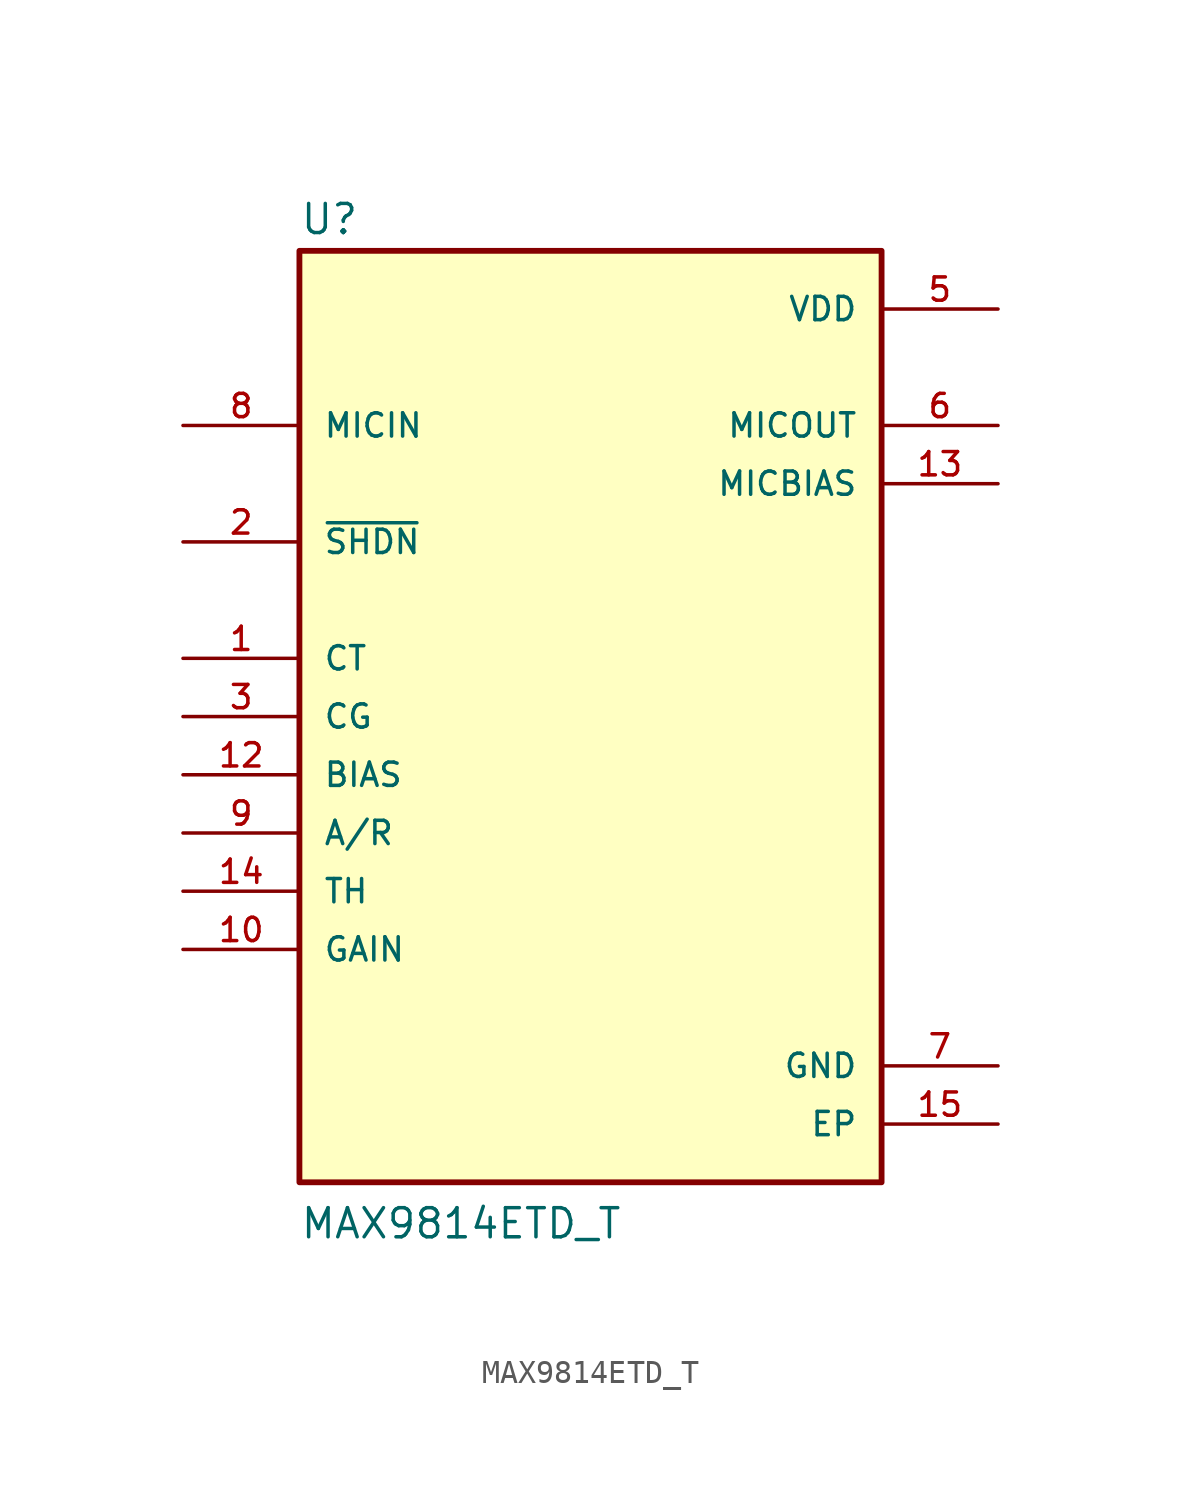
<source format=kicad_sym>
(kicad_symbol_lib
  (version 20211014)
  (generator kicad_symbol_editor)
  (symbol "MAX9814ETD_T"
    (pin_names
      (offset 1.016))
    (property "Reference" "U"
      (at -12.7 20.955 0)
      (effects (font (size 1.27 1.27)) (justify bottom left)))
    (property "Value" "MAX9814ETD_T"
      (at -12.7 -22.86 0)
      (effects (font (size 1.27 1.27)) (justify bottom left)))
    (symbol "MAX9814ETD_T_0_0"
      (rectangle (start -12.7 -20.32) (end 12.7 20.32) (stroke (width 0.254)) (fill (type background)))
      (pin passive line (at -17.78 2.54 0) (length 5.08) (name "CT" (effects (font (size 1.016 1.016)))) (number "1" (effects (font (size 1.016 1.016)))))
      (pin input line (at -17.78 7.62 0) (length 5.08) (name "~{SHDN}" (effects (font (size 1.016 1.016)))) (number "2" (effects (font (size 1.016 1.016)))))
      (pin passive line (at -17.78 0.0 0) (length 5.08) (name "CG" (effects (font (size 1.016 1.016)))) (number "3" (effects (font (size 1.016 1.016)))))
      (pin power_in line (at 17.78 17.78 180.0) (length 5.08) (name "VDD" (effects (font (size 1.016 1.016)))) (number "5" (effects (font (size 1.016 1.016)))))
      (pin output line (at 17.78 12.7 180.0) (length 5.08) (name "MICOUT" (effects (font (size 1.016 1.016)))) (number "6" (effects (font (size 1.016 1.016)))))
      (pin power_in line (at 17.78 -15.24 180.0) (length 5.08) (name "GND" (effects (font (size 1.016 1.016)))) (number "7" (effects (font (size 1.016 1.016)))))
      (pin input line (at -17.78 12.7 0) (length 5.08) (name "MICIN" (effects (font (size 1.016 1.016)))) (number "8" (effects (font (size 1.016 1.016)))))
      (pin passive line (at -17.78 -5.08 0) (length 5.08) (name "A/R" (effects (font (size 1.016 1.016)))) (number "9" (effects (font (size 1.016 1.016)))))
      (pin passive line (at -17.78 -10.16 0) (length 5.08) (name "GAIN" (effects (font (size 1.016 1.016)))) (number "10" (effects (font (size 1.016 1.016)))))
      (pin passive line (at -17.78 -2.54 0) (length 5.08) (name "BIAS" (effects (font (size 1.016 1.016)))) (number "12" (effects (font (size 1.016 1.016)))))
      (pin output line (at 17.78 10.16 180.0) (length 5.08) (name "MICBIAS" (effects (font (size 1.016 1.016)))) (number "13" (effects (font (size 1.016 1.016)))))
      (pin passive line (at -17.78 -7.62 0) (length 5.08) (name "TH" (effects (font (size 1.016 1.016)))) (number "14" (effects (font (size 1.016 1.016)))))
      (pin power_in line (at 17.78 -17.78 180.0) (length 5.08) (name "EP" (effects (font (size 1.016 1.016)))) (number "15" (effects (font (size 1.016 1.016))))))))
</source>
